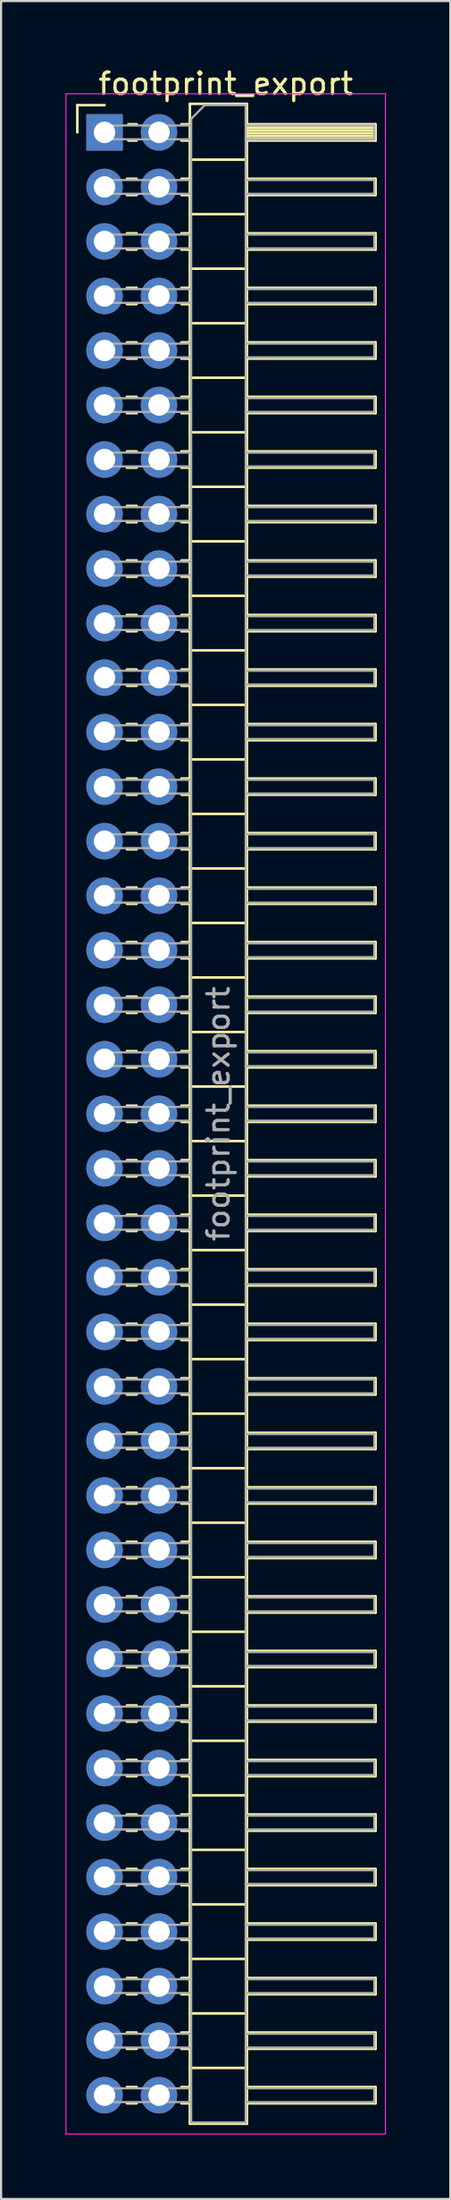
<source format=kicad_pcb>
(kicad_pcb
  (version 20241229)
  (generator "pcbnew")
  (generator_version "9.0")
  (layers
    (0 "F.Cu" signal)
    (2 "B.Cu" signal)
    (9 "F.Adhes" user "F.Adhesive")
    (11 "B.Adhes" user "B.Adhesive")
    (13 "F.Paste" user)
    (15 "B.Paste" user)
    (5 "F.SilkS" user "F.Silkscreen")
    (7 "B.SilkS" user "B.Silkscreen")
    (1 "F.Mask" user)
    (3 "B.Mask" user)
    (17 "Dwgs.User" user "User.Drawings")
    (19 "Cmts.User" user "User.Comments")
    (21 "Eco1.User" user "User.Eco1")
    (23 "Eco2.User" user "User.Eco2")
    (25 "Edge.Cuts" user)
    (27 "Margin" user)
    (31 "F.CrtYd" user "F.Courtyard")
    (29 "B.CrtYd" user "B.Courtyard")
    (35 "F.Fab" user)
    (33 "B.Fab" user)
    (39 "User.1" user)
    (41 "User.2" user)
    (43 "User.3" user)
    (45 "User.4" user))
  (footprint "footprint_export"
    (layer "F.Cu")
    (at 1.825 3.118)
    (property "Reference" "footprint_export" (at 5.655 -2.27 0) (layer "F.SilkS") (effects (font (size 1 1) (thickness 0.15))))
    (attr through_hole)
    (fp_line (start -1.27 -1.27) (end 0 -1.27) (stroke (width 0.12) (type solid)) (layer "F.SilkS"))
    (fp_line (start -1.27 0) (end -1.27 -1.27) (stroke (width 0.12) (type solid)) (layer "F.SilkS"))
    (fp_line (start 1.043 2.16) (end 1.497 2.16) (stroke (width 0.12) (type solid)) (layer "F.SilkS"))
    (fp_line (start 1.043 2.92) (end 1.497 2.92) (stroke (width 0.12) (type solid)) (layer "F.SilkS"))
    (fp_line (start 1.043 4.7) (end 1.497 4.7) (stroke (width 0.12) (type solid)) (layer "F.SilkS"))
    (fp_line (start 1.043 5.46) (end 1.497 5.46) (stroke (width 0.12) (type solid)) (layer "F.SilkS"))
    (fp_line (start 1.043 7.24) (end 1.497 7.24) (stroke (width 0.12) (type solid)) (layer "F.SilkS"))
    (fp_line (start 1.043 8) (end 1.497 8) (stroke (width 0.12) (type solid)) (layer "F.SilkS"))
    (fp_line (start 1.043 9.78) (end 1.497 9.78) (stroke (width 0.12) (type solid)) (layer "F.SilkS"))
    (fp_line (start 1.043 10.54) (end 1.497 10.54) (stroke (width 0.12) (type solid)) (layer "F.SilkS"))
    (fp_line (start 1.043 12.32) (end 1.497 12.32) (stroke (width 0.12) (type solid)) (layer "F.SilkS"))
    (fp_line (start 1.043 13.08) (end 1.497 13.08) (stroke (width 0.12) (type solid)) (layer "F.SilkS"))
    (fp_line (start 1.043 14.86) (end 1.497 14.86) (stroke (width 0.12) (type solid)) (layer "F.SilkS"))
    (fp_line (start 1.043 15.62) (end 1.497 15.62) (stroke (width 0.12) (type solid)) (layer "F.SilkS"))
    (fp_line (start 1.043 17.4) (end 1.497 17.4) (stroke (width 0.12) (type solid)) (layer "F.SilkS"))
    (fp_line (start 1.043 18.16) (end 1.497 18.16) (stroke (width 0.12) (type solid)) (layer "F.SilkS"))
    (fp_line (start 1.043 19.94) (end 1.497 19.94) (stroke (width 0.12) (type solid)) (layer "F.SilkS"))
    (fp_line (start 1.043 20.7) (end 1.497 20.7) (stroke (width 0.12) (type solid)) (layer "F.SilkS"))
    (fp_line (start 1.043 22.48) (end 1.497 22.48) (stroke (width 0.12) (type solid)) (layer "F.SilkS"))
    (fp_line (start 1.043 23.24) (end 1.497 23.24) (stroke (width 0.12) (type solid)) (layer "F.SilkS"))
    (fp_line (start 1.043 25.02) (end 1.497 25.02) (stroke (width 0.12) (type solid)) (layer "F.SilkS"))
    (fp_line (start 1.043 25.78) (end 1.497 25.78) (stroke (width 0.12) (type solid)) (layer "F.SilkS"))
    (fp_line (start 1.043 27.56) (end 1.497 27.56) (stroke (width 0.12) (type solid)) (layer "F.SilkS"))
    (fp_line (start 1.043 28.32) (end 1.497 28.32) (stroke (width 0.12) (type solid)) (layer "F.SilkS"))
    (fp_line (start 1.043 30.1) (end 1.497 30.1) (stroke (width 0.12) (type solid)) (layer "F.SilkS"))
    (fp_line (start 1.043 30.86) (end 1.497 30.86) (stroke (width 0.12) (type solid)) (layer "F.SilkS"))
    (fp_line (start 1.043 32.64) (end 1.497 32.64) (stroke (width 0.12) (type solid)) (layer "F.SilkS"))
    (fp_line (start 1.043 33.4) (end 1.497 33.4) (stroke (width 0.12) (type solid)) (layer "F.SilkS"))
    (fp_line (start 1.043 35.18) (end 1.497 35.18) (stroke (width 0.12) (type solid)) (layer "F.SilkS"))
    (fp_line (start 1.043 35.94) (end 1.497 35.94) (stroke (width 0.12) (type solid)) (layer "F.SilkS"))
    (fp_line (start 1.043 37.72) (end 1.497 37.72) (stroke (width 0.12) (type solid)) (layer "F.SilkS"))
    (fp_line (start 1.043 38.48) (end 1.497 38.48) (stroke (width 0.12) (type solid)) (layer "F.SilkS"))
    (fp_line (start 1.043 40.26) (end 1.497 40.26) (stroke (width 0.12) (type solid)) (layer "F.SilkS"))
    (fp_line (start 1.043 41.02) (end 1.497 41.02) (stroke (width 0.12) (type solid)) (layer "F.SilkS"))
    (fp_line (start 1.043 42.8) (end 1.497 42.8) (stroke (width 0.12) (type solid)) (layer "F.SilkS"))
    (fp_line (start 1.043 43.56) (end 1.497 43.56) (stroke (width 0.12) (type solid)) (layer "F.SilkS"))
    (fp_line (start 1.043 45.34) (end 1.497 45.34) (stroke (width 0.12) (type solid)) (layer "F.SilkS"))
    (fp_line (start 1.043 46.1) (end 1.497 46.1) (stroke (width 0.12) (type solid)) (layer "F.SilkS"))
    (fp_line (start 1.043 47.88) (end 1.497 47.88) (stroke (width 0.12) (type solid)) (layer "F.SilkS"))
    (fp_line (start 1.043 48.64) (end 1.497 48.64) (stroke (width 0.12) (type solid)) (layer "F.SilkS"))
    (fp_line (start 1.043 50.42) (end 1.497 50.42) (stroke (width 0.12) (type solid)) (layer "F.SilkS"))
    (fp_line (start 1.043 51.18) (end 1.497 51.18) (stroke (width 0.12) (type solid)) (layer "F.SilkS"))
    (fp_line (start 1.043 52.96) (end 1.497 52.96) (stroke (width 0.12) (type solid)) (layer "F.SilkS"))
    (fp_line (start 1.043 53.72) (end 1.497 53.72) (stroke (width 0.12) (type solid)) (layer "F.SilkS"))
    (fp_line (start 1.043 55.5) (end 1.497 55.5) (stroke (width 0.12) (type solid)) (layer "F.SilkS"))
    (fp_line (start 1.043 56.26) (end 1.497 56.26) (stroke (width 0.12) (type solid)) (layer "F.SilkS"))
    (fp_line (start 1.043 58.04) (end 1.497 58.04) (stroke (width 0.12) (type solid)) (layer "F.SilkS"))
    (fp_line (start 1.043 58.8) (end 1.497 58.8) (stroke (width 0.12) (type solid)) (layer "F.SilkS"))
    (fp_line (start 1.043 60.58) (end 1.497 60.58) (stroke (width 0.12) (type solid)) (layer "F.SilkS"))
    (fp_line (start 1.043 61.34) (end 1.497 61.34) (stroke (width 0.12) (type solid)) (layer "F.SilkS"))
    (fp_line (start 1.043 63.12) (end 1.497 63.12) (stroke (width 0.12) (type solid)) (layer "F.SilkS"))
    (fp_line (start 1.043 63.88) (end 1.497 63.88) (stroke (width 0.12) (type solid)) (layer "F.SilkS"))
    (fp_line (start 1.043 65.66) (end 1.497 65.66) (stroke (width 0.12) (type solid)) (layer "F.SilkS"))
    (fp_line (start 1.043 66.42) (end 1.497 66.42) (stroke (width 0.12) (type solid)) (layer "F.SilkS"))
    (fp_line (start 1.043 68.2) (end 1.497 68.2) (stroke (width 0.12) (type solid)) (layer "F.SilkS"))
    (fp_line (start 1.043 68.96) (end 1.497 68.96) (stroke (width 0.12) (type solid)) (layer "F.SilkS"))
    (fp_line (start 1.043 70.74) (end 1.497 70.74) (stroke (width 0.12) (type solid)) (layer "F.SilkS"))
    (fp_line (start 1.043 71.5) (end 1.497 71.5) (stroke (width 0.12) (type solid)) (layer "F.SilkS"))
    (fp_line (start 1.043 73.28) (end 1.497 73.28) (stroke (width 0.12) (type solid)) (layer "F.SilkS"))
    (fp_line (start 1.043 74.04) (end 1.497 74.04) (stroke (width 0.12) (type solid)) (layer "F.SilkS"))
    (fp_line (start 1.043 75.82) (end 1.497 75.82) (stroke (width 0.12) (type solid)) (layer "F.SilkS"))
    (fp_line (start 1.043 76.58) (end 1.497 76.58) (stroke (width 0.12) (type solid)) (layer "F.SilkS"))
    (fp_line (start 1.043 78.36) (end 1.497 78.36) (stroke (width 0.12) (type solid)) (layer "F.SilkS"))
    (fp_line (start 1.043 79.12) (end 1.497 79.12) (stroke (width 0.12) (type solid)) (layer "F.SilkS"))
    (fp_line (start 1.043 80.9) (end 1.497 80.9) (stroke (width 0.12) (type solid)) (layer "F.SilkS"))
    (fp_line (start 1.043 81.66) (end 1.497 81.66) (stroke (width 0.12) (type solid)) (layer "F.SilkS"))
    (fp_line (start 1.043 83.44) (end 1.497 83.44) (stroke (width 0.12) (type solid)) (layer "F.SilkS"))
    (fp_line (start 1.043 84.2) (end 1.497 84.2) (stroke (width 0.12) (type solid)) (layer "F.SilkS"))
    (fp_line (start 1.043 85.98) (end 1.497 85.98) (stroke (width 0.12) (type solid)) (layer "F.SilkS"))
    (fp_line (start 1.043 86.74) (end 1.497 86.74) (stroke (width 0.12) (type solid)) (layer "F.SilkS"))
    (fp_line (start 1.043 88.52) (end 1.497 88.52) (stroke (width 0.12) (type solid)) (layer "F.SilkS"))
    (fp_line (start 1.043 89.28) (end 1.497 89.28) (stroke (width 0.12) (type solid)) (layer "F.SilkS"))
    (fp_line (start 1.043 91.06) (end 1.497 91.06) (stroke (width 0.12) (type solid)) (layer "F.SilkS"))
    (fp_line (start 1.043 91.82) (end 1.497 91.82) (stroke (width 0.12) (type solid)) (layer "F.SilkS"))
    (fp_line (start 1.11 -0.38) (end 1.497 -0.38) (stroke (width 0.12) (type solid)) (layer "F.SilkS"))
    (fp_line (start 1.11 0.38) (end 1.497 0.38) (stroke (width 0.12) (type solid)) (layer "F.SilkS"))
    (fp_line (start 3.583 -0.38) (end 3.98 -0.38) (stroke (width 0.12) (type solid)) (layer "F.SilkS"))
    (fp_line (start 3.583 0.38) (end 3.98 0.38) (stroke (width 0.12) (type solid)) (layer "F.SilkS"))
    (fp_line (start 3.583 2.16) (end 3.98 2.16) (stroke (width 0.12) (type solid)) (layer "F.SilkS"))
    (fp_line (start 3.583 2.92) (end 3.98 2.92) (stroke (width 0.12) (type solid)) (layer "F.SilkS"))
    (fp_line (start 3.583 4.7) (end 3.98 4.7) (stroke (width 0.12) (type solid)) (layer "F.SilkS"))
    (fp_line (start 3.583 5.46) (end 3.98 5.46) (stroke (width 0.12) (type solid)) (layer "F.SilkS"))
    (fp_line (start 3.583 7.24) (end 3.98 7.24) (stroke (width 0.12) (type solid)) (layer "F.SilkS"))
    (fp_line (start 3.583 8) (end 3.98 8) (stroke (width 0.12) (type solid)) (layer "F.SilkS"))
    (fp_line (start 3.583 9.78) (end 3.98 9.78) (stroke (width 0.12) (type solid)) (layer "F.SilkS"))
    (fp_line (start 3.583 10.54) (end 3.98 10.54) (stroke (width 0.12) (type solid)) (layer "F.SilkS"))
    (fp_line (start 3.583 12.32) (end 3.98 12.32) (stroke (width 0.12) (type solid)) (layer "F.SilkS"))
    (fp_line (start 3.583 13.08) (end 3.98 13.08) (stroke (width 0.12) (type solid)) (layer "F.SilkS"))
    (fp_line (start 3.583 14.86) (end 3.98 14.86) (stroke (width 0.12) (type solid)) (layer "F.SilkS"))
    (fp_line (start 3.583 15.62) (end 3.98 15.62) (stroke (width 0.12) (type solid)) (layer "F.SilkS"))
    (fp_line (start 3.583 17.4) (end 3.98 17.4) (stroke (width 0.12) (type solid)) (layer "F.SilkS"))
    (fp_line (start 3.583 18.16) (end 3.98 18.16) (stroke (width 0.12) (type solid)) (layer "F.SilkS"))
    (fp_line (start 3.583 19.94) (end 3.98 19.94) (stroke (width 0.12) (type solid)) (layer "F.SilkS"))
    (fp_line (start 3.583 20.7) (end 3.98 20.7) (stroke (width 0.12) (type solid)) (layer "F.SilkS"))
    (fp_line (start 3.583 22.48) (end 3.98 22.48) (stroke (width 0.12) (type solid)) (layer "F.SilkS"))
    (fp_line (start 3.583 23.24) (end 3.98 23.24) (stroke (width 0.12) (type solid)) (layer "F.SilkS"))
    (fp_line (start 3.583 25.02) (end 3.98 25.02) (stroke (width 0.12) (type solid)) (layer "F.SilkS"))
    (fp_line (start 3.583 25.78) (end 3.98 25.78) (stroke (width 0.12) (type solid)) (layer "F.SilkS"))
    (fp_line (start 3.583 27.56) (end 3.98 27.56) (stroke (width 0.12) (type solid)) (layer "F.SilkS"))
    (fp_line (start 3.583 28.32) (end 3.98 28.32) (stroke (width 0.12) (type solid)) (layer "F.SilkS"))
    (fp_line (start 3.583 30.1) (end 3.98 30.1) (stroke (width 0.12) (type solid)) (layer "F.SilkS"))
    (fp_line (start 3.583 30.86) (end 3.98 30.86) (stroke (width 0.12) (type solid)) (layer "F.SilkS"))
    (fp_line (start 3.583 32.64) (end 3.98 32.64) (stroke (width 0.12) (type solid)) (layer "F.SilkS"))
    (fp_line (start 3.583 33.4) (end 3.98 33.4) (stroke (width 0.12) (type solid)) (layer "F.SilkS"))
    (fp_line (start 3.583 35.18) (end 3.98 35.18) (stroke (width 0.12) (type solid)) (layer "F.SilkS"))
    (fp_line (start 3.583 35.94) (end 3.98 35.94) (stroke (width 0.12) (type solid)) (layer "F.SilkS"))
    (fp_line (start 3.583 37.72) (end 3.98 37.72) (stroke (width 0.12) (type solid)) (layer "F.SilkS"))
    (fp_line (start 3.583 38.48) (end 3.98 38.48) (stroke (width 0.12) (type solid)) (layer "F.SilkS"))
    (fp_line (start 3.583 40.26) (end 3.98 40.26) (stroke (width 0.12) (type solid)) (layer "F.SilkS"))
    (fp_line (start 3.583 41.02) (end 3.98 41.02) (stroke (width 0.12) (type solid)) (layer "F.SilkS"))
    (fp_line (start 3.583 42.8) (end 3.98 42.8) (stroke (width 0.12) (type solid)) (layer "F.SilkS"))
    (fp_line (start 3.583 43.56) (end 3.98 43.56) (stroke (width 0.12) (type solid)) (layer "F.SilkS"))
    (fp_line (start 3.583 45.34) (end 3.98 45.34) (stroke (width 0.12) (type solid)) (layer "F.SilkS"))
    (fp_line (start 3.583 46.1) (end 3.98 46.1) (stroke (width 0.12) (type solid)) (layer "F.SilkS"))
    (fp_line (start 3.583 47.88) (end 3.98 47.88) (stroke (width 0.12) (type solid)) (layer "F.SilkS"))
    (fp_line (start 3.583 48.64) (end 3.98 48.64) (stroke (width 0.12) (type solid)) (layer "F.SilkS"))
    (fp_line (start 3.583 50.42) (end 3.98 50.42) (stroke (width 0.12) (type solid)) (layer "F.SilkS"))
    (fp_line (start 3.583 51.18) (end 3.98 51.18) (stroke (width 0.12) (type solid)) (layer "F.SilkS"))
    (fp_line (start 3.583 52.96) (end 3.98 52.96) (stroke (width 0.12) (type solid)) (layer "F.SilkS"))
    (fp_line (start 3.583 53.72) (end 3.98 53.72) (stroke (width 0.12) (type solid)) (layer "F.SilkS"))
    (fp_line (start 3.583 55.5) (end 3.98 55.5) (stroke (width 0.12) (type solid)) (layer "F.SilkS"))
    (fp_line (start 3.583 56.26) (end 3.98 56.26) (stroke (width 0.12) (type solid)) (layer "F.SilkS"))
    (fp_line (start 3.583 58.04) (end 3.98 58.04) (stroke (width 0.12) (type solid)) (layer "F.SilkS"))
    (fp_line (start 3.583 58.8) (end 3.98 58.8) (stroke (width 0.12) (type solid)) (layer "F.SilkS"))
    (fp_line (start 3.583 60.58) (end 3.98 60.58) (stroke (width 0.12) (type solid)) (layer "F.SilkS"))
    (fp_line (start 3.583 61.34) (end 3.98 61.34) (stroke (width 0.12) (type solid)) (layer "F.SilkS"))
    (fp_line (start 3.583 63.12) (end 3.98 63.12) (stroke (width 0.12) (type solid)) (layer "F.SilkS"))
    (fp_line (start 3.583 63.88) (end 3.98 63.88) (stroke (width 0.12) (type solid)) (layer "F.SilkS"))
    (fp_line (start 3.583 65.66) (end 3.98 65.66) (stroke (width 0.12) (type solid)) (layer "F.SilkS"))
    (fp_line (start 3.583 66.42) (end 3.98 66.42) (stroke (width 0.12) (type solid)) (layer "F.SilkS"))
    (fp_line (start 3.583 68.2) (end 3.98 68.2) (stroke (width 0.12) (type solid)) (layer "F.SilkS"))
    (fp_line (start 3.583 68.96) (end 3.98 68.96) (stroke (width 0.12) (type solid)) (layer "F.SilkS"))
    (fp_line (start 3.583 70.74) (end 3.98 70.74) (stroke (width 0.12) (type solid)) (layer "F.SilkS"))
    (fp_line (start 3.583 71.5) (end 3.98 71.5) (stroke (width 0.12) (type solid)) (layer "F.SilkS"))
    (fp_line (start 3.583 73.28) (end 3.98 73.28) (stroke (width 0.12) (type solid)) (layer "F.SilkS"))
    (fp_line (start 3.583 74.04) (end 3.98 74.04) (stroke (width 0.12) (type solid)) (layer "F.SilkS"))
    (fp_line (start 3.583 75.82) (end 3.98 75.82) (stroke (width 0.12) (type solid)) (layer "F.SilkS"))
    (fp_line (start 3.583 76.58) (end 3.98 76.58) (stroke (width 0.12) (type solid)) (layer "F.SilkS"))
    (fp_line (start 3.583 78.36) (end 3.98 78.36) (stroke (width 0.12) (type solid)) (layer "F.SilkS"))
    (fp_line (start 3.583 79.12) (end 3.98 79.12) (stroke (width 0.12) (type solid)) (layer "F.SilkS"))
    (fp_line (start 3.583 80.9) (end 3.98 80.9) (stroke (width 0.12) (type solid)) (layer "F.SilkS"))
    (fp_line (start 3.583 81.66) (end 3.98 81.66) (stroke (width 0.12) (type solid)) (layer "F.SilkS"))
    (fp_line (start 3.583 83.44) (end 3.98 83.44) (stroke (width 0.12) (type solid)) (layer "F.SilkS"))
    (fp_line (start 3.583 84.2) (end 3.98 84.2) (stroke (width 0.12) (type solid)) (layer "F.SilkS"))
    (fp_line (start 3.583 85.98) (end 3.98 85.98) (stroke (width 0.12) (type solid)) (layer "F.SilkS"))
    (fp_line (start 3.583 86.74) (end 3.98 86.74) (stroke (width 0.12) (type solid)) (layer "F.SilkS"))
    (fp_line (start 3.583 88.52) (end 3.98 88.52) (stroke (width 0.12) (type solid)) (layer "F.SilkS"))
    (fp_line (start 3.583 89.28) (end 3.98 89.28) (stroke (width 0.12) (type solid)) (layer "F.SilkS"))
    (fp_line (start 3.583 91.06) (end 3.98 91.06) (stroke (width 0.12) (type solid)) (layer "F.SilkS"))
    (fp_line (start 3.583 91.82) (end 3.98 91.82) (stroke (width 0.12) (type solid)) (layer "F.SilkS"))
    (fp_line (start 3.98 -1.33) (end 3.98 92.77) (stroke (width 0.12) (type solid)) (layer "F.SilkS"))
    (fp_line (start 3.98 1.27) (end 6.64 1.27) (stroke (width 0.12) (type solid)) (layer "F.SilkS"))
    (fp_line (start 3.98 3.81) (end 6.64 3.81) (stroke (width 0.12) (type solid)) (layer "F.SilkS"))
    (fp_line (start 3.98 6.35) (end 6.64 6.35) (stroke (width 0.12) (type solid)) (layer "F.SilkS"))
    (fp_line (start 3.98 8.89) (end 6.64 8.89) (stroke (width 0.12) (type solid)) (layer "F.SilkS"))
    (fp_line (start 3.98 11.43) (end 6.64 11.43) (stroke (width 0.12) (type solid)) (layer "F.SilkS"))
    (fp_line (start 3.98 13.97) (end 6.64 13.97) (stroke (width 0.12) (type solid)) (layer "F.SilkS"))
    (fp_line (start 3.98 16.51) (end 6.64 16.51) (stroke (width 0.12) (type solid)) (layer "F.SilkS"))
    (fp_line (start 3.98 19.05) (end 6.64 19.05) (stroke (width 0.12) (type solid)) (layer "F.SilkS"))
    (fp_line (start 3.98 21.59) (end 6.64 21.59) (stroke (width 0.12) (type solid)) (layer "F.SilkS"))
    (fp_line (start 3.98 24.13) (end 6.64 24.13) (stroke (width 0.12) (type solid)) (layer "F.SilkS"))
    (fp_line (start 3.98 26.67) (end 6.64 26.67) (stroke (width 0.12) (type solid)) (layer "F.SilkS"))
    (fp_line (start 3.98 29.21) (end 6.64 29.21) (stroke (width 0.12) (type solid)) (layer "F.SilkS"))
    (fp_line (start 3.98 31.75) (end 6.64 31.75) (stroke (width 0.12) (type solid)) (layer "F.SilkS"))
    (fp_line (start 3.98 34.29) (end 6.64 34.29) (stroke (width 0.12) (type solid)) (layer "F.SilkS"))
    (fp_line (start 3.98 36.83) (end 6.64 36.83) (stroke (width 0.12) (type solid)) (layer "F.SilkS"))
    (fp_line (start 3.98 39.37) (end 6.64 39.37) (stroke (width 0.12) (type solid)) (layer "F.SilkS"))
    (fp_line (start 3.98 41.91) (end 6.64 41.91) (stroke (width 0.12) (type solid)) (layer "F.SilkS"))
    (fp_line (start 3.98 44.45) (end 6.64 44.45) (stroke (width 0.12) (type solid)) (layer "F.SilkS"))
    (fp_line (start 3.98 46.99) (end 6.64 46.99) (stroke (width 0.12) (type solid)) (layer "F.SilkS"))
    (fp_line (start 3.98 49.53) (end 6.64 49.53) (stroke (width 0.12) (type solid)) (layer "F.SilkS"))
    (fp_line (start 3.98 52.07) (end 6.64 52.07) (stroke (width 0.12) (type solid)) (layer "F.SilkS"))
    (fp_line (start 3.98 54.61) (end 6.64 54.61) (stroke (width 0.12) (type solid)) (layer "F.SilkS"))
    (fp_line (start 3.98 57.15) (end 6.64 57.15) (stroke (width 0.12) (type solid)) (layer "F.SilkS"))
    (fp_line (start 3.98 59.69) (end 6.64 59.69) (stroke (width 0.12) (type solid)) (layer "F.SilkS"))
    (fp_line (start 3.98 62.23) (end 6.64 62.23) (stroke (width 0.12) (type solid)) (layer "F.SilkS"))
    (fp_line (start 3.98 64.77) (end 6.64 64.77) (stroke (width 0.12) (type solid)) (layer "F.SilkS"))
    (fp_line (start 3.98 67.31) (end 6.64 67.31) (stroke (width 0.12) (type solid)) (layer "F.SilkS"))
    (fp_line (start 3.98 69.85) (end 6.64 69.85) (stroke (width 0.12) (type solid)) (layer "F.SilkS"))
    (fp_line (start 3.98 72.39) (end 6.64 72.39) (stroke (width 0.12) (type solid)) (layer "F.SilkS"))
    (fp_line (start 3.98 74.93) (end 6.64 74.93) (stroke (width 0.12) (type solid)) (layer "F.SilkS"))
    (fp_line (start 3.98 77.47) (end 6.64 77.47) (stroke (width 0.12) (type solid)) (layer "F.SilkS"))
    (fp_line (start 3.98 80.01) (end 6.64 80.01) (stroke (width 0.12) (type solid)) (layer "F.SilkS"))
    (fp_line (start 3.98 82.55) (end 6.64 82.55) (stroke (width 0.12) (type solid)) (layer "F.SilkS"))
    (fp_line (start 3.98 85.09) (end 6.64 85.09) (stroke (width 0.12) (type solid)) (layer "F.SilkS"))
    (fp_line (start 3.98 87.63) (end 6.64 87.63) (stroke (width 0.12) (type solid)) (layer "F.SilkS"))
    (fp_line (start 3.98 90.17) (end 6.64 90.17) (stroke (width 0.12) (type solid)) (layer "F.SilkS"))
    (fp_line (start 3.98 92.77) (end 6.64 92.77) (stroke (width 0.12) (type solid)) (layer "F.SilkS"))
    (fp_line (start 6.64 -1.33) (end 3.98 -1.33) (stroke (width 0.12) (type solid)) (layer "F.SilkS"))
    (fp_line (start 6.64 -0.38) (end 12.64 -0.38) (stroke (width 0.12) (type solid)) (layer "F.SilkS"))
    (fp_line (start 6.64 -0.32) (end 12.64 -0.32) (stroke (width 0.12) (type solid)) (layer "F.SilkS"))
    (fp_line (start 6.64 -0.2) (end 12.64 -0.2) (stroke (width 0.12) (type solid)) (layer "F.SilkS"))
    (fp_line (start 6.64 -0.08) (end 12.64 -0.08) (stroke (width 0.12) (type solid)) (layer "F.SilkS"))
    (fp_line (start 6.64 0.04) (end 12.64 0.04) (stroke (width 0.12) (type solid)) (layer "F.SilkS"))
    (fp_line (start 6.64 0.16) (end 12.64 0.16) (stroke (width 0.12) (type solid)) (layer "F.SilkS"))
    (fp_line (start 6.64 0.28) (end 12.64 0.28) (stroke (width 0.12) (type solid)) (layer "F.SilkS"))
    (fp_line (start 6.64 2.16) (end 12.64 2.16) (stroke (width 0.12) (type solid)) (layer "F.SilkS"))
    (fp_line (start 6.64 4.7) (end 12.64 4.7) (stroke (width 0.12) (type solid)) (layer "F.SilkS"))
    (fp_line (start 6.64 7.24) (end 12.64 7.24) (stroke (width 0.12) (type solid)) (layer "F.SilkS"))
    (fp_line (start 6.64 9.78) (end 12.64 9.78) (stroke (width 0.12) (type solid)) (layer "F.SilkS"))
    (fp_line (start 6.64 12.32) (end 12.64 12.32) (stroke (width 0.12) (type solid)) (layer "F.SilkS"))
    (fp_line (start 6.64 14.86) (end 12.64 14.86) (stroke (width 0.12) (type solid)) (layer "F.SilkS"))
    (fp_line (start 6.64 17.4) (end 12.64 17.4) (stroke (width 0.12) (type solid)) (layer "F.SilkS"))
    (fp_line (start 6.64 19.94) (end 12.64 19.94) (stroke (width 0.12) (type solid)) (layer "F.SilkS"))
    (fp_line (start 6.64 22.48) (end 12.64 22.48) (stroke (width 0.12) (type solid)) (layer "F.SilkS"))
    (fp_line (start 6.64 25.02) (end 12.64 25.02) (stroke (width 0.12) (type solid)) (layer "F.SilkS"))
    (fp_line (start 6.64 27.56) (end 12.64 27.56) (stroke (width 0.12) (type solid)) (layer "F.SilkS"))
    (fp_line (start 6.64 30.1) (end 12.64 30.1) (stroke (width 0.12) (type solid)) (layer "F.SilkS"))
    (fp_line (start 6.64 32.64) (end 12.64 32.64) (stroke (width 0.12) (type solid)) (layer "F.SilkS"))
    (fp_line (start 6.64 35.18) (end 12.64 35.18) (stroke (width 0.12) (type solid)) (layer "F.SilkS"))
    (fp_line (start 6.64 37.72) (end 12.64 37.72) (stroke (width 0.12) (type solid)) (layer "F.SilkS"))
    (fp_line (start 6.64 40.26) (end 12.64 40.26) (stroke (width 0.12) (type solid)) (layer "F.SilkS"))
    (fp_line (start 6.64 42.8) (end 12.64 42.8) (stroke (width 0.12) (type solid)) (layer "F.SilkS"))
    (fp_line (start 6.64 45.34) (end 12.64 45.34) (stroke (width 0.12) (type solid)) (layer "F.SilkS"))
    (fp_line (start 6.64 47.88) (end 12.64 47.88) (stroke (width 0.12) (type solid)) (layer "F.SilkS"))
    (fp_line (start 6.64 50.42) (end 12.64 50.42) (stroke (width 0.12) (type solid)) (layer "F.SilkS"))
    (fp_line (start 6.64 52.96) (end 12.64 52.96) (stroke (width 0.12) (type solid)) (layer "F.SilkS"))
    (fp_line (start 6.64 55.5) (end 12.64 55.5) (stroke (width 0.12) (type solid)) (layer "F.SilkS"))
    (fp_line (start 6.64 58.04) (end 12.64 58.04) (stroke (width 0.12) (type solid)) (layer "F.SilkS"))
    (fp_line (start 6.64 60.58) (end 12.64 60.58) (stroke (width 0.12) (type solid)) (layer "F.SilkS"))
    (fp_line (start 6.64 63.12) (end 12.64 63.12) (stroke (width 0.12) (type solid)) (layer "F.SilkS"))
    (fp_line (start 6.64 65.66) (end 12.64 65.66) (stroke (width 0.12) (type solid)) (layer "F.SilkS"))
    (fp_line (start 6.64 68.2) (end 12.64 68.2) (stroke (width 0.12) (type solid)) (layer "F.SilkS"))
    (fp_line (start 6.64 70.74) (end 12.64 70.74) (stroke (width 0.12) (type solid)) (layer "F.SilkS"))
    (fp_line (start 6.64 73.28) (end 12.64 73.28) (stroke (width 0.12) (type solid)) (layer "F.SilkS"))
    (fp_line (start 6.64 75.82) (end 12.64 75.82) (stroke (width 0.12) (type solid)) (layer "F.SilkS"))
    (fp_line (start 6.64 78.36) (end 12.64 78.36) (stroke (width 0.12) (type solid)) (layer "F.SilkS"))
    (fp_line (start 6.64 80.9) (end 12.64 80.9) (stroke (width 0.12) (type solid)) (layer "F.SilkS"))
    (fp_line (start 6.64 83.44) (end 12.64 83.44) (stroke (width 0.12) (type solid)) (layer "F.SilkS"))
    (fp_line (start 6.64 85.98) (end 12.64 85.98) (stroke (width 0.12) (type solid)) (layer "F.SilkS"))
    (fp_line (start 6.64 88.52) (end 12.64 88.52) (stroke (width 0.12) (type solid)) (layer "F.SilkS"))
    (fp_line (start 6.64 91.06) (end 12.64 91.06) (stroke (width 0.12) (type solid)) (layer "F.SilkS"))
    (fp_line (start 6.64 92.77) (end 6.64 -1.33) (stroke (width 0.12) (type solid)) (layer "F.SilkS"))
    (fp_line (start 12.64 -0.38) (end 12.64 0.38) (stroke (width 0.12) (type solid)) (layer "F.SilkS"))
    (fp_line (start 12.64 0.38) (end 6.64 0.38) (stroke (width 0.12) (type solid)) (layer "F.SilkS"))
    (fp_line (start 12.64 2.16) (end 12.64 2.92) (stroke (width 0.12) (type solid)) (layer "F.SilkS"))
    (fp_line (start 12.64 2.92) (end 6.64 2.92) (stroke (width 0.12) (type solid)) (layer "F.SilkS"))
    (fp_line (start 12.64 4.7) (end 12.64 5.46) (stroke (width 0.12) (type solid)) (layer "F.SilkS"))
    (fp_line (start 12.64 5.46) (end 6.64 5.46) (stroke (width 0.12) (type solid)) (layer "F.SilkS"))
    (fp_line (start 12.64 7.24) (end 12.64 8) (stroke (width 0.12) (type solid)) (layer "F.SilkS"))
    (fp_line (start 12.64 8) (end 6.64 8) (stroke (width 0.12) (type solid)) (layer "F.SilkS"))
    (fp_line (start 12.64 9.78) (end 12.64 10.54) (stroke (width 0.12) (type solid)) (layer "F.SilkS"))
    (fp_line (start 12.64 10.54) (end 6.64 10.54) (stroke (width 0.12) (type solid)) (layer "F.SilkS"))
    (fp_line (start 12.64 12.32) (end 12.64 13.08) (stroke (width 0.12) (type solid)) (layer "F.SilkS"))
    (fp_line (start 12.64 13.08) (end 6.64 13.08) (stroke (width 0.12) (type solid)) (layer "F.SilkS"))
    (fp_line (start 12.64 14.86) (end 12.64 15.62) (stroke (width 0.12) (type solid)) (layer "F.SilkS"))
    (fp_line (start 12.64 15.62) (end 6.64 15.62) (stroke (width 0.12) (type solid)) (layer "F.SilkS"))
    (fp_line (start 12.64 17.4) (end 12.64 18.16) (stroke (width 0.12) (type solid)) (layer "F.SilkS"))
    (fp_line (start 12.64 18.16) (end 6.64 18.16) (stroke (width 0.12) (type solid)) (layer "F.SilkS"))
    (fp_line (start 12.64 19.94) (end 12.64 20.7) (stroke (width 0.12) (type solid)) (layer "F.SilkS"))
    (fp_line (start 12.64 20.7) (end 6.64 20.7) (stroke (width 0.12) (type solid)) (layer "F.SilkS"))
    (fp_line (start 12.64 22.48) (end 12.64 23.24) (stroke (width 0.12) (type solid)) (layer "F.SilkS"))
    (fp_line (start 12.64 23.24) (end 6.64 23.24) (stroke (width 0.12) (type solid)) (layer "F.SilkS"))
    (fp_line (start 12.64 25.02) (end 12.64 25.78) (stroke (width 0.12) (type solid)) (layer "F.SilkS"))
    (fp_line (start 12.64 25.78) (end 6.64 25.78) (stroke (width 0.12) (type solid)) (layer "F.SilkS"))
    (fp_line (start 12.64 27.56) (end 12.64 28.32) (stroke (width 0.12) (type solid)) (layer "F.SilkS"))
    (fp_line (start 12.64 28.32) (end 6.64 28.32) (stroke (width 0.12) (type solid)) (layer "F.SilkS"))
    (fp_line (start 12.64 30.1) (end 12.64 30.86) (stroke (width 0.12) (type solid)) (layer "F.SilkS"))
    (fp_line (start 12.64 30.86) (end 6.64 30.86) (stroke (width 0.12) (type solid)) (layer "F.SilkS"))
    (fp_line (start 12.64 32.64) (end 12.64 33.4) (stroke (width 0.12) (type solid)) (layer "F.SilkS"))
    (fp_line (start 12.64 33.4) (end 6.64 33.4) (stroke (width 0.12) (type solid)) (layer "F.SilkS"))
    (fp_line (start 12.64 35.18) (end 12.64 35.94) (stroke (width 0.12) (type solid)) (layer "F.SilkS"))
    (fp_line (start 12.64 35.94) (end 6.64 35.94) (stroke (width 0.12) (type solid)) (layer "F.SilkS"))
    (fp_line (start 12.64 37.72) (end 12.64 38.48) (stroke (width 0.12) (type solid)) (layer "F.SilkS"))
    (fp_line (start 12.64 38.48) (end 6.64 38.48) (stroke (width 0.12) (type solid)) (layer "F.SilkS"))
    (fp_line (start 12.64 40.26) (end 12.64 41.02) (stroke (width 0.12) (type solid)) (layer "F.SilkS"))
    (fp_line (start 12.64 41.02) (end 6.64 41.02) (stroke (width 0.12) (type solid)) (layer "F.SilkS"))
    (fp_line (start 12.64 42.8) (end 12.64 43.56) (stroke (width 0.12) (type solid)) (layer "F.SilkS"))
    (fp_line (start 12.64 43.56) (end 6.64 43.56) (stroke (width 0.12) (type solid)) (layer "F.SilkS"))
    (fp_line (start 12.64 45.34) (end 12.64 46.1) (stroke (width 0.12) (type solid)) (layer "F.SilkS"))
    (fp_line (start 12.64 46.1) (end 6.64 46.1) (stroke (width 0.12) (type solid)) (layer "F.SilkS"))
    (fp_line (start 12.64 47.88) (end 12.64 48.64) (stroke (width 0.12) (type solid)) (layer "F.SilkS"))
    (fp_line (start 12.64 48.64) (end 6.64 48.64) (stroke (width 0.12) (type solid)) (layer "F.SilkS"))
    (fp_line (start 12.64 50.42) (end 12.64 51.18) (stroke (width 0.12) (type solid)) (layer "F.SilkS"))
    (fp_line (start 12.64 51.18) (end 6.64 51.18) (stroke (width 0.12) (type solid)) (layer "F.SilkS"))
    (fp_line (start 12.64 52.96) (end 12.64 53.72) (stroke (width 0.12) (type solid)) (layer "F.SilkS"))
    (fp_line (start 12.64 53.72) (end 6.64 53.72) (stroke (width 0.12) (type solid)) (layer "F.SilkS"))
    (fp_line (start 12.64 55.5) (end 12.64 56.26) (stroke (width 0.12) (type solid)) (layer "F.SilkS"))
    (fp_line (start 12.64 56.26) (end 6.64 56.26) (stroke (width 0.12) (type solid)) (layer "F.SilkS"))
    (fp_line (start 12.64 58.04) (end 12.64 58.8) (stroke (width 0.12) (type solid)) (layer "F.SilkS"))
    (fp_line (start 12.64 58.8) (end 6.64 58.8) (stroke (width 0.12) (type solid)) (layer "F.SilkS"))
    (fp_line (start 12.64 60.58) (end 12.64 61.34) (stroke (width 0.12) (type solid)) (layer "F.SilkS"))
    (fp_line (start 12.64 61.34) (end 6.64 61.34) (stroke (width 0.12) (type solid)) (layer "F.SilkS"))
    (fp_line (start 12.64 63.12) (end 12.64 63.88) (stroke (width 0.12) (type solid)) (layer "F.SilkS"))
    (fp_line (start 12.64 63.88) (end 6.64 63.88) (stroke (width 0.12) (type solid)) (layer "F.SilkS"))
    (fp_line (start 12.64 65.66) (end 12.64 66.42) (stroke (width 0.12) (type solid)) (layer "F.SilkS"))
    (fp_line (start 12.64 66.42) (end 6.64 66.42) (stroke (width 0.12) (type solid)) (layer "F.SilkS"))
    (fp_line (start 12.64 68.2) (end 12.64 68.96) (stroke (width 0.12) (type solid)) (layer "F.SilkS"))
    (fp_line (start 12.64 68.96) (end 6.64 68.96) (stroke (width 0.12) (type solid)) (layer "F.SilkS"))
    (fp_line (start 12.64 70.74) (end 12.64 71.5) (stroke (width 0.12) (type solid)) (layer "F.SilkS"))
    (fp_line (start 12.64 71.5) (end 6.64 71.5) (stroke (width 0.12) (type solid)) (layer "F.SilkS"))
    (fp_line (start 12.64 73.28) (end 12.64 74.04) (stroke (width 0.12) (type solid)) (layer "F.SilkS"))
    (fp_line (start 12.64 74.04) (end 6.64 74.04) (stroke (width 0.12) (type solid)) (layer "F.SilkS"))
    (fp_line (start 12.64 75.82) (end 12.64 76.58) (stroke (width 0.12) (type solid)) (layer "F.SilkS"))
    (fp_line (start 12.64 76.58) (end 6.64 76.58) (stroke (width 0.12) (type solid)) (layer "F.SilkS"))
    (fp_line (start 12.64 78.36) (end 12.64 79.12) (stroke (width 0.12) (type solid)) (layer "F.SilkS"))
    (fp_line (start 12.64 79.12) (end 6.64 79.12) (stroke (width 0.12) (type solid)) (layer "F.SilkS"))
    (fp_line (start 12.64 80.9) (end 12.64 81.66) (stroke (width 0.12) (type solid)) (layer "F.SilkS"))
    (fp_line (start 12.64 81.66) (end 6.64 81.66) (stroke (width 0.12) (type solid)) (layer "F.SilkS"))
    (fp_line (start 12.64 83.44) (end 12.64 84.2) (stroke (width 0.12) (type solid)) (layer "F.SilkS"))
    (fp_line (start 12.64 84.2) (end 6.64 84.2) (stroke (width 0.12) (type solid)) (layer "F.SilkS"))
    (fp_line (start 12.64 85.98) (end 12.64 86.74) (stroke (width 0.12) (type solid)) (layer "F.SilkS"))
    (fp_line (start 12.64 86.74) (end 6.64 86.74) (stroke (width 0.12) (type solid)) (layer "F.SilkS"))
    (fp_line (start 12.64 88.52) (end 12.64 89.28) (stroke (width 0.12) (type solid)) (layer "F.SilkS"))
    (fp_line (start 12.64 89.28) (end 6.64 89.28) (stroke (width 0.12) (type solid)) (layer "F.SilkS"))
    (fp_line (start 12.64 91.06) (end 12.64 91.82) (stroke (width 0.12) (type solid)) (layer "F.SilkS"))
    (fp_line (start 12.64 91.82) (end 6.64 91.82) (stroke (width 0.12) (type solid)) (layer "F.SilkS"))
    (fp_line (start -1.8 -1.8) (end -1.8 93.25) (stroke (width 0.05) (type solid)) (layer "F.CrtYd"))
    (fp_line (start -1.8 93.25) (end 13.1 93.25) (stroke (width 0.05) (type solid)) (layer "F.CrtYd"))
    (fp_line (start 13.1 -1.8) (end -1.8 -1.8) (stroke (width 0.05) (type solid)) (layer "F.CrtYd"))
    (fp_line (start 13.1 93.25) (end 13.1 -1.8) (stroke (width 0.05) (type solid)) (layer "F.CrtYd"))
    (fp_line (start -0.32 -0.32) (end -0.32 0.32) (stroke (width 0.1) (type solid)) (layer "F.Fab"))
    (fp_line (start -0.32 -0.32) (end 4.04 -0.32) (stroke (width 0.1) (type solid)) (layer "F.Fab"))
    (fp_line (start -0.32 0.32) (end 4.04 0.32) (stroke (width 0.1) (type solid)) (layer "F.Fab"))
    (fp_line (start -0.32 2.22) (end -0.32 2.86) (stroke (width 0.1) (type solid)) (layer "F.Fab"))
    (fp_line (start -0.32 2.22) (end 4.04 2.22) (stroke (width 0.1) (type solid)) (layer "F.Fab"))
    (fp_line (start -0.32 2.86) (end 4.04 2.86) (stroke (width 0.1) (type solid)) (layer "F.Fab"))
    (fp_line (start -0.32 4.76) (end -0.32 5.4) (stroke (width 0.1) (type solid)) (layer "F.Fab"))
    (fp_line (start -0.32 4.76) (end 4.04 4.76) (stroke (width 0.1) (type solid)) (layer "F.Fab"))
    (fp_line (start -0.32 5.4) (end 4.04 5.4) (stroke (width 0.1) (type solid)) (layer "F.Fab"))
    (fp_line (start -0.32 7.3) (end -0.32 7.94) (stroke (width 0.1) (type solid)) (layer "F.Fab"))
    (fp_line (start -0.32 7.3) (end 4.04 7.3) (stroke (width 0.1) (type solid)) (layer "F.Fab"))
    (fp_line (start -0.32 7.94) (end 4.04 7.94) (stroke (width 0.1) (type solid)) (layer "F.Fab"))
    (fp_line (start -0.32 9.84) (end -0.32 10.48) (stroke (width 0.1) (type solid)) (layer "F.Fab"))
    (fp_line (start -0.32 9.84) (end 4.04 9.84) (stroke (width 0.1) (type solid)) (layer "F.Fab"))
    (fp_line (start -0.32 10.48) (end 4.04 10.48) (stroke (width 0.1) (type solid)) (layer "F.Fab"))
    (fp_line (start -0.32 12.38) (end -0.32 13.02) (stroke (width 0.1) (type solid)) (layer "F.Fab"))
    (fp_line (start -0.32 12.38) (end 4.04 12.38) (stroke (width 0.1) (type solid)) (layer "F.Fab"))
    (fp_line (start -0.32 13.02) (end 4.04 13.02) (stroke (width 0.1) (type solid)) (layer "F.Fab"))
    (fp_line (start -0.32 14.92) (end -0.32 15.56) (stroke (width 0.1) (type solid)) (layer "F.Fab"))
    (fp_line (start -0.32 14.92) (end 4.04 14.92) (stroke (width 0.1) (type solid)) (layer "F.Fab"))
    (fp_line (start -0.32 15.56) (end 4.04 15.56) (stroke (width 0.1) (type solid)) (layer "F.Fab"))
    (fp_line (start -0.32 17.46) (end -0.32 18.1) (stroke (width 0.1) (type solid)) (layer "F.Fab"))
    (fp_line (start -0.32 17.46) (end 4.04 17.46) (stroke (width 0.1) (type solid)) (layer "F.Fab"))
    (fp_line (start -0.32 18.1) (end 4.04 18.1) (stroke (width 0.1) (type solid)) (layer "F.Fab"))
    (fp_line (start -0.32 20) (end -0.32 20.64) (stroke (width 0.1) (type solid)) (layer "F.Fab"))
    (fp_line (start -0.32 20) (end 4.04 20) (stroke (width 0.1) (type solid)) (layer "F.Fab"))
    (fp_line (start -0.32 20.64) (end 4.04 20.64) (stroke (width 0.1) (type solid)) (layer "F.Fab"))
    (fp_line (start -0.32 22.54) (end -0.32 23.18) (stroke (width 0.1) (type solid)) (layer "F.Fab"))
    (fp_line (start -0.32 22.54) (end 4.04 22.54) (stroke (width 0.1) (type solid)) (layer "F.Fab"))
    (fp_line (start -0.32 23.18) (end 4.04 23.18) (stroke (width 0.1) (type solid)) (layer "F.Fab"))
    (fp_line (start -0.32 25.08) (end -0.32 25.72) (stroke (width 0.1) (type solid)) (layer "F.Fab"))
    (fp_line (start -0.32 25.08) (end 4.04 25.08) (stroke (width 0.1) (type solid)) (layer "F.Fab"))
    (fp_line (start -0.32 25.72) (end 4.04 25.72) (stroke (width 0.1) (type solid)) (layer "F.Fab"))
    (fp_line (start -0.32 27.62) (end -0.32 28.26) (stroke (width 0.1) (type solid)) (layer "F.Fab"))
    (fp_line (start -0.32 27.62) (end 4.04 27.62) (stroke (width 0.1) (type solid)) (layer "F.Fab"))
    (fp_line (start -0.32 28.26) (end 4.04 28.26) (stroke (width 0.1) (type solid)) (layer "F.Fab"))
    (fp_line (start -0.32 30.16) (end -0.32 30.8) (stroke (width 0.1) (type solid)) (layer "F.Fab"))
    (fp_line (start -0.32 30.16) (end 4.04 30.16) (stroke (width 0.1) (type solid)) (layer "F.Fab"))
    (fp_line (start -0.32 30.8) (end 4.04 30.8) (stroke (width 0.1) (type solid)) (layer "F.Fab"))
    (fp_line (start -0.32 32.7) (end -0.32 33.34) (stroke (width 0.1) (type solid)) (layer "F.Fab"))
    (fp_line (start -0.32 32.7) (end 4.04 32.7) (stroke (width 0.1) (type solid)) (layer "F.Fab"))
    (fp_line (start -0.32 33.34) (end 4.04 33.34) (stroke (width 0.1) (type solid)) (layer "F.Fab"))
    (fp_line (start -0.32 35.24) (end -0.32 35.88) (stroke (width 0.1) (type solid)) (layer "F.Fab"))
    (fp_line (start -0.32 35.24) (end 4.04 35.24) (stroke (width 0.1) (type solid)) (layer "F.Fab"))
    (fp_line (start -0.32 35.88) (end 4.04 35.88) (stroke (width 0.1) (type solid)) (layer "F.Fab"))
    (fp_line (start -0.32 37.78) (end -0.32 38.42) (stroke (width 0.1) (type solid)) (layer "F.Fab"))
    (fp_line (start -0.32 37.78) (end 4.04 37.78) (stroke (width 0.1) (type solid)) (layer "F.Fab"))
    (fp_line (start -0.32 38.42) (end 4.04 38.42) (stroke (width 0.1) (type solid)) (layer "F.Fab"))
    (fp_line (start -0.32 40.32) (end -0.32 40.96) (stroke (width 0.1) (type solid)) (layer "F.Fab"))
    (fp_line (start -0.32 40.32) (end 4.04 40.32) (stroke (width 0.1) (type solid)) (layer "F.Fab"))
    (fp_line (start -0.32 40.96) (end 4.04 40.96) (stroke (width 0.1) (type solid)) (layer "F.Fab"))
    (fp_line (start -0.32 42.86) (end -0.32 43.5) (stroke (width 0.1) (type solid)) (layer "F.Fab"))
    (fp_line (start -0.32 42.86) (end 4.04 42.86) (stroke (width 0.1) (type solid)) (layer "F.Fab"))
    (fp_line (start -0.32 43.5) (end 4.04 43.5) (stroke (width 0.1) (type solid)) (layer "F.Fab"))
    (fp_line (start -0.32 45.4) (end -0.32 46.04) (stroke (width 0.1) (type solid)) (layer "F.Fab"))
    (fp_line (start -0.32 45.4) (end 4.04 45.4) (stroke (width 0.1) (type solid)) (layer "F.Fab"))
    (fp_line (start -0.32 46.04) (end 4.04 46.04) (stroke (width 0.1) (type solid)) (layer "F.Fab"))
    (fp_line (start -0.32 47.94) (end -0.32 48.58) (stroke (width 0.1) (type solid)) (layer "F.Fab"))
    (fp_line (start -0.32 47.94) (end 4.04 47.94) (stroke (width 0.1) (type solid)) (layer "F.Fab"))
    (fp_line (start -0.32 48.58) (end 4.04 48.58) (stroke (width 0.1) (type solid)) (layer "F.Fab"))
    (fp_line (start -0.32 50.48) (end -0.32 51.12) (stroke (width 0.1) (type solid)) (layer "F.Fab"))
    (fp_line (start -0.32 50.48) (end 4.04 50.48) (stroke (width 0.1) (type solid)) (layer "F.Fab"))
    (fp_line (start -0.32 51.12) (end 4.04 51.12) (stroke (width 0.1) (type solid)) (layer "F.Fab"))
    (fp_line (start -0.32 53.02) (end -0.32 53.66) (stroke (width 0.1) (type solid)) (layer "F.Fab"))
    (fp_line (start -0.32 53.02) (end 4.04 53.02) (stroke (width 0.1) (type solid)) (layer "F.Fab"))
    (fp_line (start -0.32 53.66) (end 4.04 53.66) (stroke (width 0.1) (type solid)) (layer "F.Fab"))
    (fp_line (start -0.32 55.56) (end -0.32 56.2) (stroke (width 0.1) (type solid)) (layer "F.Fab"))
    (fp_line (start -0.32 55.56) (end 4.04 55.56) (stroke (width 0.1) (type solid)) (layer "F.Fab"))
    (fp_line (start -0.32 56.2) (end 4.04 56.2) (stroke (width 0.1) (type solid)) (layer "F.Fab"))
    (fp_line (start -0.32 58.1) (end -0.32 58.74) (stroke (width 0.1) (type solid)) (layer "F.Fab"))
    (fp_line (start -0.32 58.1) (end 4.04 58.1) (stroke (width 0.1) (type solid)) (layer "F.Fab"))
    (fp_line (start -0.32 58.74) (end 4.04 58.74) (stroke (width 0.1) (type solid)) (layer "F.Fab"))
    (fp_line (start -0.32 60.64) (end -0.32 61.28) (stroke (width 0.1) (type solid)) (layer "F.Fab"))
    (fp_line (start -0.32 60.64) (end 4.04 60.64) (stroke (width 0.1) (type solid)) (layer "F.Fab"))
    (fp_line (start -0.32 61.28) (end 4.04 61.28) (stroke (width 0.1) (type solid)) (layer "F.Fab"))
    (fp_line (start -0.32 63.18) (end -0.32 63.82) (stroke (width 0.1) (type solid)) (layer "F.Fab"))
    (fp_line (start -0.32 63.18) (end 4.04 63.18) (stroke (width 0.1) (type solid)) (layer "F.Fab"))
    (fp_line (start -0.32 63.82) (end 4.04 63.82) (stroke (width 0.1) (type solid)) (layer "F.Fab"))
    (fp_line (start -0.32 65.72) (end -0.32 66.36) (stroke (width 0.1) (type solid)) (layer "F.Fab"))
    (fp_line (start -0.32 65.72) (end 4.04 65.72) (stroke (width 0.1) (type solid)) (layer "F.Fab"))
    (fp_line (start -0.32 66.36) (end 4.04 66.36) (stroke (width 0.1) (type solid)) (layer "F.Fab"))
    (fp_line (start -0.32 68.26) (end -0.32 68.9) (stroke (width 0.1) (type solid)) (layer "F.Fab"))
    (fp_line (start -0.32 68.26) (end 4.04 68.26) (stroke (width 0.1) (type solid)) (layer "F.Fab"))
    (fp_line (start -0.32 68.9) (end 4.04 68.9) (stroke (width 0.1) (type solid)) (layer "F.Fab"))
    (fp_line (start -0.32 70.8) (end -0.32 71.44) (stroke (width 0.1) (type solid)) (layer "F.Fab"))
    (fp_line (start -0.32 70.8) (end 4.04 70.8) (stroke (width 0.1) (type solid)) (layer "F.Fab"))
    (fp_line (start -0.32 71.44) (end 4.04 71.44) (stroke (width 0.1) (type solid)) (layer "F.Fab"))
    (fp_line (start -0.32 73.34) (end -0.32 73.98) (stroke (width 0.1) (type solid)) (layer "F.Fab"))
    (fp_line (start -0.32 73.34) (end 4.04 73.34) (stroke (width 0.1) (type solid)) (layer "F.Fab"))
    (fp_line (start -0.32 73.98) (end 4.04 73.98) (stroke (width 0.1) (type solid)) (layer "F.Fab"))
    (fp_line (start -0.32 75.88) (end -0.32 76.52) (stroke (width 0.1) (type solid)) (layer "F.Fab"))
    (fp_line (start -0.32 75.88) (end 4.04 75.88) (stroke (width 0.1) (type solid)) (layer "F.Fab"))
    (fp_line (start -0.32 76.52) (end 4.04 76.52) (stroke (width 0.1) (type solid)) (layer "F.Fab"))
    (fp_line (start -0.32 78.42) (end -0.32 79.06) (stroke (width 0.1) (type solid)) (layer "F.Fab"))
    (fp_line (start -0.32 78.42) (end 4.04 78.42) (stroke (width 0.1) (type solid)) (layer "F.Fab"))
    (fp_line (start -0.32 79.06) (end 4.04 79.06) (stroke (width 0.1) (type solid)) (layer "F.Fab"))
    (fp_line (start -0.32 80.96) (end -0.32 81.6) (stroke (width 0.1) (type solid)) (layer "F.Fab"))
    (fp_line (start -0.32 80.96) (end 4.04 80.96) (stroke (width 0.1) (type solid)) (layer "F.Fab"))
    (fp_line (start -0.32 81.6) (end 4.04 81.6) (stroke (width 0.1) (type solid)) (layer "F.Fab"))
    (fp_line (start -0.32 83.5) (end -0.32 84.14) (stroke (width 0.1) (type solid)) (layer "F.Fab"))
    (fp_line (start -0.32 83.5) (end 4.04 83.5) (stroke (width 0.1) (type solid)) (layer "F.Fab"))
    (fp_line (start -0.32 84.14) (end 4.04 84.14) (stroke (width 0.1) (type solid)) (layer "F.Fab"))
    (fp_line (start -0.32 86.04) (end -0.32 86.68) (stroke (width 0.1) (type solid)) (layer "F.Fab"))
    (fp_line (start -0.32 86.04) (end 4.04 86.04) (stroke (width 0.1) (type solid)) (layer "F.Fab"))
    (fp_line (start -0.32 86.68) (end 4.04 86.68) (stroke (width 0.1) (type solid)) (layer "F.Fab"))
    (fp_line (start -0.32 88.58) (end -0.32 89.22) (stroke (width 0.1) (type solid)) (layer "F.Fab"))
    (fp_line (start -0.32 88.58) (end 4.04 88.58) (stroke (width 0.1) (type solid)) (layer "F.Fab"))
    (fp_line (start -0.32 89.22) (end 4.04 89.22) (stroke (width 0.1) (type solid)) (layer "F.Fab"))
    (fp_line (start -0.32 91.12) (end -0.32 91.76) (stroke (width 0.1) (type solid)) (layer "F.Fab"))
    (fp_line (start -0.32 91.12) (end 4.04 91.12) (stroke (width 0.1) (type solid)) (layer "F.Fab"))
    (fp_line (start -0.32 91.76) (end 4.04 91.76) (stroke (width 0.1) (type solid)) (layer "F.Fab"))
    (fp_line (start 4.04 -0.635) (end 4.675 -1.27) (stroke (width 0.1) (type solid)) (layer "F.Fab"))
    (fp_line (start 4.04 92.71) (end 4.04 -0.635) (stroke (width 0.1) (type solid)) (layer "F.Fab"))
    (fp_line (start 4.675 -1.27) (end 6.58 -1.27) (stroke (width 0.1) (type solid)) (layer "F.Fab"))
    (fp_line (start 6.58 -1.27) (end 6.58 92.71) (stroke (width 0.1) (type solid)) (layer "F.Fab"))
    (fp_line (start 6.58 -0.32) (end 12.58 -0.32) (stroke (width 0.1) (type solid)) (layer "F.Fab"))
    (fp_line (start 6.58 0.32) (end 12.58 0.32) (stroke (width 0.1) (type solid)) (layer "F.Fab"))
    (fp_line (start 6.58 2.22) (end 12.58 2.22) (stroke (width 0.1) (type solid)) (layer "F.Fab"))
    (fp_line (start 6.58 2.86) (end 12.58 2.86) (stroke (width 0.1) (type solid)) (layer "F.Fab"))
    (fp_line (start 6.58 4.76) (end 12.58 4.76) (stroke (width 0.1) (type solid)) (layer "F.Fab"))
    (fp_line (start 6.58 5.4) (end 12.58 5.4) (stroke (width 0.1) (type solid)) (layer "F.Fab"))
    (fp_line (start 6.58 7.3) (end 12.58 7.3) (stroke (width 0.1) (type solid)) (layer "F.Fab"))
    (fp_line (start 6.58 7.94) (end 12.58 7.94) (stroke (width 0.1) (type solid)) (layer "F.Fab"))
    (fp_line (start 6.58 9.84) (end 12.58 9.84) (stroke (width 0.1) (type solid)) (layer "F.Fab"))
    (fp_line (start 6.58 10.48) (end 12.58 10.48) (stroke (width 0.1) (type solid)) (layer "F.Fab"))
    (fp_line (start 6.58 12.38) (end 12.58 12.38) (stroke (width 0.1) (type solid)) (layer "F.Fab"))
    (fp_line (start 6.58 13.02) (end 12.58 13.02) (stroke (width 0.1) (type solid)) (layer "F.Fab"))
    (fp_line (start 6.58 14.92) (end 12.58 14.92) (stroke (width 0.1) (type solid)) (layer "F.Fab"))
    (fp_line (start 6.58 15.56) (end 12.58 15.56) (stroke (width 0.1) (type solid)) (layer "F.Fab"))
    (fp_line (start 6.58 17.46) (end 12.58 17.46) (stroke (width 0.1) (type solid)) (layer "F.Fab"))
    (fp_line (start 6.58 18.1) (end 12.58 18.1) (stroke (width 0.1) (type solid)) (layer "F.Fab"))
    (fp_line (start 6.58 20) (end 12.58 20) (stroke (width 0.1) (type solid)) (layer "F.Fab"))
    (fp_line (start 6.58 20.64) (end 12.58 20.64) (stroke (width 0.1) (type solid)) (layer "F.Fab"))
    (fp_line (start 6.58 22.54) (end 12.58 22.54) (stroke (width 0.1) (type solid)) (layer "F.Fab"))
    (fp_line (start 6.58 23.18) (end 12.58 23.18) (stroke (width 0.1) (type solid)) (layer "F.Fab"))
    (fp_line (start 6.58 25.08) (end 12.58 25.08) (stroke (width 0.1) (type solid)) (layer "F.Fab"))
    (fp_line (start 6.58 25.72) (end 12.58 25.72) (stroke (width 0.1) (type solid)) (layer "F.Fab"))
    (fp_line (start 6.58 27.62) (end 12.58 27.62) (stroke (width 0.1) (type solid)) (layer "F.Fab"))
    (fp_line (start 6.58 28.26) (end 12.58 28.26) (stroke (width 0.1) (type solid)) (layer "F.Fab"))
    (fp_line (start 6.58 30.16) (end 12.58 30.16) (stroke (width 0.1) (type solid)) (layer "F.Fab"))
    (fp_line (start 6.58 30.8) (end 12.58 30.8) (stroke (width 0.1) (type solid)) (layer "F.Fab"))
    (fp_line (start 6.58 32.7) (end 12.58 32.7) (stroke (width 0.1) (type solid)) (layer "F.Fab"))
    (fp_line (start 6.58 33.34) (end 12.58 33.34) (stroke (width 0.1) (type solid)) (layer "F.Fab"))
    (fp_line (start 6.58 35.24) (end 12.58 35.24) (stroke (width 0.1) (type solid)) (layer "F.Fab"))
    (fp_line (start 6.58 35.88) (end 12.58 35.88) (stroke (width 0.1) (type solid)) (layer "F.Fab"))
    (fp_line (start 6.58 37.78) (end 12.58 37.78) (stroke (width 0.1) (type solid)) (layer "F.Fab"))
    (fp_line (start 6.58 38.42) (end 12.58 38.42) (stroke (width 0.1) (type solid)) (layer "F.Fab"))
    (fp_line (start 6.58 40.32) (end 12.58 40.32) (stroke (width 0.1) (type solid)) (layer "F.Fab"))
    (fp_line (start 6.58 40.96) (end 12.58 40.96) (stroke (width 0.1) (type solid)) (layer "F.Fab"))
    (fp_line (start 6.58 42.86) (end 12.58 42.86) (stroke (width 0.1) (type solid)) (layer "F.Fab"))
    (fp_line (start 6.58 43.5) (end 12.58 43.5) (stroke (width 0.1) (type solid)) (layer "F.Fab"))
    (fp_line (start 6.58 45.4) (end 12.58 45.4) (stroke (width 0.1) (type solid)) (layer "F.Fab"))
    (fp_line (start 6.58 46.04) (end 12.58 46.04) (stroke (width 0.1) (type solid)) (layer "F.Fab"))
    (fp_line (start 6.58 47.94) (end 12.58 47.94) (stroke (width 0.1) (type solid)) (layer "F.Fab"))
    (fp_line (start 6.58 48.58) (end 12.58 48.58) (stroke (width 0.1) (type solid)) (layer "F.Fab"))
    (fp_line (start 6.58 50.48) (end 12.58 50.48) (stroke (width 0.1) (type solid)) (layer "F.Fab"))
    (fp_line (start 6.58 51.12) (end 12.58 51.12) (stroke (width 0.1) (type solid)) (layer "F.Fab"))
    (fp_line (start 6.58 53.02) (end 12.58 53.02) (stroke (width 0.1) (type solid)) (layer "F.Fab"))
    (fp_line (start 6.58 53.66) (end 12.58 53.66) (stroke (width 0.1) (type solid)) (layer "F.Fab"))
    (fp_line (start 6.58 55.56) (end 12.58 55.56) (stroke (width 0.1) (type solid)) (layer "F.Fab"))
    (fp_line (start 6.58 56.2) (end 12.58 56.2) (stroke (width 0.1) (type solid)) (layer "F.Fab"))
    (fp_line (start 6.58 58.1) (end 12.58 58.1) (stroke (width 0.1) (type solid)) (layer "F.Fab"))
    (fp_line (start 6.58 58.74) (end 12.58 58.74) (stroke (width 0.1) (type solid)) (layer "F.Fab"))
    (fp_line (start 6.58 60.64) (end 12.58 60.64) (stroke (width 0.1) (type solid)) (layer "F.Fab"))
    (fp_line (start 6.58 61.28) (end 12.58 61.28) (stroke (width 0.1) (type solid)) (layer "F.Fab"))
    (fp_line (start 6.58 63.18) (end 12.58 63.18) (stroke (width 0.1) (type solid)) (layer "F.Fab"))
    (fp_line (start 6.58 63.82) (end 12.58 63.82) (stroke (width 0.1) (type solid)) (layer "F.Fab"))
    (fp_line (start 6.58 65.72) (end 12.58 65.72) (stroke (width 0.1) (type solid)) (layer "F.Fab"))
    (fp_line (start 6.58 66.36) (end 12.58 66.36) (stroke (width 0.1) (type solid)) (layer "F.Fab"))
    (fp_line (start 6.58 68.26) (end 12.58 68.26) (stroke (width 0.1) (type solid)) (layer "F.Fab"))
    (fp_line (start 6.58 68.9) (end 12.58 68.9) (stroke (width 0.1) (type solid)) (layer "F.Fab"))
    (fp_line (start 6.58 70.8) (end 12.58 70.8) (stroke (width 0.1) (type solid)) (layer "F.Fab"))
    (fp_line (start 6.58 71.44) (end 12.58 71.44) (stroke (width 0.1) (type solid)) (layer "F.Fab"))
    (fp_line (start 6.58 73.34) (end 12.58 73.34) (stroke (width 0.1) (type solid)) (layer "F.Fab"))
    (fp_line (start 6.58 73.98) (end 12.58 73.98) (stroke (width 0.1) (type solid)) (layer "F.Fab"))
    (fp_line (start 6.58 75.88) (end 12.58 75.88) (stroke (width 0.1) (type solid)) (layer "F.Fab"))
    (fp_line (start 6.58 76.52) (end 12.58 76.52) (stroke (width 0.1) (type solid)) (layer "F.Fab"))
    (fp_line (start 6.58 78.42) (end 12.58 78.42) (stroke (width 0.1) (type solid)) (layer "F.Fab"))
    (fp_line (start 6.58 79.06) (end 12.58 79.06) (stroke (width 0.1) (type solid)) (layer "F.Fab"))
    (fp_line (start 6.58 80.96) (end 12.58 80.96) (stroke (width 0.1) (type solid)) (layer "F.Fab"))
    (fp_line (start 6.58 81.6) (end 12.58 81.6) (stroke (width 0.1) (type solid)) (layer "F.Fab"))
    (fp_line (start 6.58 83.5) (end 12.58 83.5) (stroke (width 0.1) (type solid)) (layer "F.Fab"))
    (fp_line (start 6.58 84.14) (end 12.58 84.14) (stroke (width 0.1) (type solid)) (layer "F.Fab"))
    (fp_line (start 6.58 86.04) (end 12.58 86.04) (stroke (width 0.1) (type solid)) (layer "F.Fab"))
    (fp_line (start 6.58 86.68) (end 12.58 86.68) (stroke (width 0.1) (type solid)) (layer "F.Fab"))
    (fp_line (start 6.58 88.58) (end 12.58 88.58) (stroke (width 0.1) (type solid)) (layer "F.Fab"))
    (fp_line (start 6.58 89.22) (end 12.58 89.22) (stroke (width 0.1) (type solid)) (layer "F.Fab"))
    (fp_line (start 6.58 91.12) (end 12.58 91.12) (stroke (width 0.1) (type solid)) (layer "F.Fab"))
    (fp_line (start 6.58 91.76) (end 12.58 91.76) (stroke (width 0.1) (type solid)) (layer "F.Fab"))
    (fp_line (start 6.58 92.71) (end 4.04 92.71) (stroke (width 0.1) (type solid)) (layer "F.Fab"))
    (fp_line (start 12.58 -0.32) (end 12.58 0.32) (stroke (width 0.1) (type solid)) (layer "F.Fab"))
    (fp_line (start 12.58 2.22) (end 12.58 2.86) (stroke (width 0.1) (type solid)) (layer "F.Fab"))
    (fp_line (start 12.58 4.76) (end 12.58 5.4) (stroke (width 0.1) (type solid)) (layer "F.Fab"))
    (fp_line (start 12.58 7.3) (end 12.58 7.94) (stroke (width 0.1) (type solid)) (layer "F.Fab"))
    (fp_line (start 12.58 9.84) (end 12.58 10.48) (stroke (width 0.1) (type solid)) (layer "F.Fab"))
    (fp_line (start 12.58 12.38) (end 12.58 13.02) (stroke (width 0.1) (type solid)) (layer "F.Fab"))
    (fp_line (start 12.58 14.92) (end 12.58 15.56) (stroke (width 0.1) (type solid)) (layer "F.Fab"))
    (fp_line (start 12.58 17.46) (end 12.58 18.1) (stroke (width 0.1) (type solid)) (layer "F.Fab"))
    (fp_line (start 12.58 20) (end 12.58 20.64) (stroke (width 0.1) (type solid)) (layer "F.Fab"))
    (fp_line (start 12.58 22.54) (end 12.58 23.18) (stroke (width 0.1) (type solid)) (layer "F.Fab"))
    (fp_line (start 12.58 25.08) (end 12.58 25.72) (stroke (width 0.1) (type solid)) (layer "F.Fab"))
    (fp_line (start 12.58 27.62) (end 12.58 28.26) (stroke (width 0.1) (type solid)) (layer "F.Fab"))
    (fp_line (start 12.58 30.16) (end 12.58 30.8) (stroke (width 0.1) (type solid)) (layer "F.Fab"))
    (fp_line (start 12.58 32.7) (end 12.58 33.34) (stroke (width 0.1) (type solid)) (layer "F.Fab"))
    (fp_line (start 12.58 35.24) (end 12.58 35.88) (stroke (width 0.1) (type solid)) (layer "F.Fab"))
    (fp_line (start 12.58 37.78) (end 12.58 38.42) (stroke (width 0.1) (type solid)) (layer "F.Fab"))
    (fp_line (start 12.58 40.32) (end 12.58 40.96) (stroke (width 0.1) (type solid)) (layer "F.Fab"))
    (fp_line (start 12.58 42.86) (end 12.58 43.5) (stroke (width 0.1) (type solid)) (layer "F.Fab"))
    (fp_line (start 12.58 45.4) (end 12.58 46.04) (stroke (width 0.1) (type solid)) (layer "F.Fab"))
    (fp_line (start 12.58 47.94) (end 12.58 48.58) (stroke (width 0.1) (type solid)) (layer "F.Fab"))
    (fp_line (start 12.58 50.48) (end 12.58 51.12) (stroke (width 0.1) (type solid)) (layer "F.Fab"))
    (fp_line (start 12.58 53.02) (end 12.58 53.66) (stroke (width 0.1) (type solid)) (layer "F.Fab"))
    (fp_line (start 12.58 55.56) (end 12.58 56.2) (stroke (width 0.1) (type solid)) (layer "F.Fab"))
    (fp_line (start 12.58 58.1) (end 12.58 58.74) (stroke (width 0.1) (type solid)) (layer "F.Fab"))
    (fp_line (start 12.58 60.64) (end 12.58 61.28) (stroke (width 0.1) (type solid)) (layer "F.Fab"))
    (fp_line (start 12.58 63.18) (end 12.58 63.82) (stroke (width 0.1) (type solid)) (layer "F.Fab"))
    (fp_line (start 12.58 65.72) (end 12.58 66.36) (stroke (width 0.1) (type solid)) (layer "F.Fab"))
    (fp_line (start 12.58 68.26) (end 12.58 68.9) (stroke (width 0.1) (type solid)) (layer "F.Fab"))
    (fp_line (start 12.58 70.8) (end 12.58 71.44) (stroke (width 0.1) (type solid)) (layer "F.Fab"))
    (fp_line (start 12.58 73.34) (end 12.58 73.98) (stroke (width 0.1) (type solid)) (layer "F.Fab"))
    (fp_line (start 12.58 75.88) (end 12.58 76.52) (stroke (width 0.1) (type solid)) (layer "F.Fab"))
    (fp_line (start 12.58 78.42) (end 12.58 79.06) (stroke (width 0.1) (type solid)) (layer "F.Fab"))
    (fp_line (start 12.58 80.96) (end 12.58 81.6) (stroke (width 0.1) (type solid)) (layer "F.Fab"))
    (fp_line (start 12.58 83.5) (end 12.58 84.14) (stroke (width 0.1) (type solid)) (layer "F.Fab"))
    (fp_line (start 12.58 86.04) (end 12.58 86.68) (stroke (width 0.1) (type solid)) (layer "F.Fab"))
    (fp_line (start 12.58 88.58) (end 12.58 89.22) (stroke (width 0.1) (type solid)) (layer "F.Fab"))
    (fp_line (start 12.58 91.12) (end 12.58 91.76) (stroke (width 0.1) (type solid)) (layer "F.Fab"))
    (fp_text user "${REFERENCE}" (at 5.31 45.72 90) (layer "F.Fab") (effects (font (size 1 1) (thickness 0.15))))
    (pad "1" thru_hole rect (at 0 0) (size 1.7 1.7) (drill 1) (layers "*.Cu" "*.Mask"))
    (pad "2" thru_hole oval (at 2.54 0) (size 1.7 1.7) (drill 1) (layers "*.Cu" "*.Mask"))
    (pad "3" thru_hole oval (at 0 2.54) (size 1.7 1.7) (drill 1) (layers "*.Cu" "*.Mask"))
    (pad "4" thru_hole oval (at 2.54 2.54) (size 1.7 1.7) (drill 1) (layers "*.Cu" "*.Mask"))
    (pad "5" thru_hole oval (at 0 5.08) (size 1.7 1.7) (drill 1) (layers "*.Cu" "*.Mask"))
    (pad "6" thru_hole oval (at 2.54 5.08) (size 1.7 1.7) (drill 1) (layers "*.Cu" "*.Mask"))
    (pad "7" thru_hole oval (at 0 7.62) (size 1.7 1.7) (drill 1) (layers "*.Cu" "*.Mask"))
    (pad "8" thru_hole oval (at 2.54 7.62) (size 1.7 1.7) (drill 1) (layers "*.Cu" "*.Mask"))
    (pad "9" thru_hole oval (at 0 10.16) (size 1.7 1.7) (drill 1) (layers "*.Cu" "*.Mask"))
    (pad "10" thru_hole oval (at 2.54 10.16) (size 1.7 1.7) (drill 1) (layers "*.Cu" "*.Mask"))
    (pad "11" thru_hole oval (at 0 12.7) (size 1.7 1.7) (drill 1) (layers "*.Cu" "*.Mask"))
    (pad "12" thru_hole oval (at 2.54 12.7) (size 1.7 1.7) (drill 1) (layers "*.Cu" "*.Mask"))
    (pad "13" thru_hole oval (at 0 15.24) (size 1.7 1.7) (drill 1) (layers "*.Cu" "*.Mask"))
    (pad "14" thru_hole oval (at 2.54 15.24) (size 1.7 1.7) (drill 1) (layers "*.Cu" "*.Mask"))
    (pad "15" thru_hole oval (at 0 17.78) (size 1.7 1.7) (drill 1) (layers "*.Cu" "*.Mask"))
    (pad "16" thru_hole oval (at 2.54 17.78) (size 1.7 1.7) (drill 1) (layers "*.Cu" "*.Mask"))
    (pad "17" thru_hole oval (at 0 20.32) (size 1.7 1.7) (drill 1) (layers "*.Cu" "*.Mask"))
    (pad "18" thru_hole oval (at 2.54 20.32) (size 1.7 1.7) (drill 1) (layers "*.Cu" "*.Mask"))
    (pad "19" thru_hole oval (at 0 22.86) (size 1.7 1.7) (drill 1) (layers "*.Cu" "*.Mask"))
    (pad "20" thru_hole oval (at 2.54 22.86) (size 1.7 1.7) (drill 1) (layers "*.Cu" "*.Mask"))
    (pad "21" thru_hole oval (at 0 25.4) (size 1.7 1.7) (drill 1) (layers "*.Cu" "*.Mask"))
    (pad "22" thru_hole oval (at 2.54 25.4) (size 1.7 1.7) (drill 1) (layers "*.Cu" "*.Mask"))
    (pad "23" thru_hole oval (at 0 27.94) (size 1.7 1.7) (drill 1) (layers "*.Cu" "*.Mask"))
    (pad "24" thru_hole oval (at 2.54 27.94) (size 1.7 1.7) (drill 1) (layers "*.Cu" "*.Mask"))
    (pad "25" thru_hole oval (at 0 30.48) (size 1.7 1.7) (drill 1) (layers "*.Cu" "*.Mask"))
    (pad "26" thru_hole oval (at 2.54 30.48) (size 1.7 1.7) (drill 1) (layers "*.Cu" "*.Mask"))
    (pad "27" thru_hole oval (at 0 33.02) (size 1.7 1.7) (drill 1) (layers "*.Cu" "*.Mask"))
    (pad "28" thru_hole oval (at 2.54 33.02) (size 1.7 1.7) (drill 1) (layers "*.Cu" "*.Mask"))
    (pad "29" thru_hole oval (at 0 35.56) (size 1.7 1.7) (drill 1) (layers "*.Cu" "*.Mask"))
    (pad "30" thru_hole oval (at 2.54 35.56) (size 1.7 1.7) (drill 1) (layers "*.Cu" "*.Mask"))
    (pad "31" thru_hole oval (at 0 38.1) (size 1.7 1.7) (drill 1) (layers "*.Cu" "*.Mask"))
    (pad "32" thru_hole oval (at 2.54 38.1) (size 1.7 1.7) (drill 1) (layers "*.Cu" "*.Mask"))
    (pad "33" thru_hole oval (at 0 40.64) (size 1.7 1.7) (drill 1) (layers "*.Cu" "*.Mask"))
    (pad "34" thru_hole oval (at 2.54 40.64) (size 1.7 1.7) (drill 1) (layers "*.Cu" "*.Mask"))
    (pad "35" thru_hole oval (at 0 43.18) (size 1.7 1.7) (drill 1) (layers "*.Cu" "*.Mask"))
    (pad "36" thru_hole oval (at 2.54 43.18) (size 1.7 1.7) (drill 1) (layers "*.Cu" "*.Mask"))
    (pad "37" thru_hole oval (at 0 45.72) (size 1.7 1.7) (drill 1) (layers "*.Cu" "*.Mask"))
    (pad "38" thru_hole oval (at 2.54 45.72) (size 1.7 1.7) (drill 1) (layers "*.Cu" "*.Mask"))
    (pad "39" thru_hole oval (at 0 48.26) (size 1.7 1.7) (drill 1) (layers "*.Cu" "*.Mask"))
    (pad "40" thru_hole oval (at 2.54 48.26) (size 1.7 1.7) (drill 1) (layers "*.Cu" "*.Mask"))
    (pad "41" thru_hole oval (at 0 50.8) (size 1.7 1.7) (drill 1) (layers "*.Cu" "*.Mask"))
    (pad "42" thru_hole oval (at 2.54 50.8) (size 1.7 1.7) (drill 1) (layers "*.Cu" "*.Mask"))
    (pad "43" thru_hole oval (at 0 53.34) (size 1.7 1.7) (drill 1) (layers "*.Cu" "*.Mask"))
    (pad "44" thru_hole oval (at 2.54 53.34) (size 1.7 1.7) (drill 1) (layers "*.Cu" "*.Mask"))
    (pad "45" thru_hole oval (at 0 55.88) (size 1.7 1.7) (drill 1) (layers "*.Cu" "*.Mask"))
    (pad "46" thru_hole oval (at 2.54 55.88) (size 1.7 1.7) (drill 1) (layers "*.Cu" "*.Mask"))
    (pad "47" thru_hole oval (at 0 58.42) (size 1.7 1.7) (drill 1) (layers "*.Cu" "*.Mask"))
    (pad "48" thru_hole oval (at 2.54 58.42) (size 1.7 1.7) (drill 1) (layers "*.Cu" "*.Mask"))
    (pad "49" thru_hole oval (at 0 60.96) (size 1.7 1.7) (drill 1) (layers "*.Cu" "*.Mask"))
    (pad "50" thru_hole oval (at 2.54 60.96) (size 1.7 1.7) (drill 1) (layers "*.Cu" "*.Mask"))
    (pad "51" thru_hole oval (at 0 63.5) (size 1.7 1.7) (drill 1) (layers "*.Cu" "*.Mask"))
    (pad "52" thru_hole oval (at 2.54 63.5) (size 1.7 1.7) (drill 1) (layers "*.Cu" "*.Mask"))
    (pad "53" thru_hole oval (at 0 66.04) (size 1.7 1.7) (drill 1) (layers "*.Cu" "*.Mask"))
    (pad "54" thru_hole oval (at 2.54 66.04) (size 1.7 1.7) (drill 1) (layers "*.Cu" "*.Mask"))
    (pad "55" thru_hole oval (at 0 68.58) (size 1.7 1.7) (drill 1) (layers "*.Cu" "*.Mask"))
    (pad "56" thru_hole oval (at 2.54 68.58) (size 1.7 1.7) (drill 1) (layers "*.Cu" "*.Mask"))
    (pad "57" thru_hole oval (at 0 71.12) (size 1.7 1.7) (drill 1) (layers "*.Cu" "*.Mask"))
    (pad "58" thru_hole oval (at 2.54 71.12) (size 1.7 1.7) (drill 1) (layers "*.Cu" "*.Mask"))
    (pad "59" thru_hole oval (at 0 73.66) (size 1.7 1.7) (drill 1) (layers "*.Cu" "*.Mask"))
    (pad "60" thru_hole oval (at 2.54 73.66) (size 1.7 1.7) (drill 1) (layers "*.Cu" "*.Mask"))
    (pad "61" thru_hole oval (at 0 76.2) (size 1.7 1.7) (drill 1) (layers "*.Cu" "*.Mask"))
    (pad "62" thru_hole oval (at 2.54 76.2) (size 1.7 1.7) (drill 1) (layers "*.Cu" "*.Mask"))
    (pad "63" thru_hole oval (at 0 78.74) (size 1.7 1.7) (drill 1) (layers "*.Cu" "*.Mask"))
    (pad "64" thru_hole oval (at 2.54 78.74) (size 1.7 1.7) (drill 1) (layers "*.Cu" "*.Mask"))
    (pad "65" thru_hole oval (at 0 81.28) (size 1.7 1.7) (drill 1) (layers "*.Cu" "*.Mask"))
    (pad "66" thru_hole oval (at 2.54 81.28) (size 1.7 1.7) (drill 1) (layers "*.Cu" "*.Mask"))
    (pad "67" thru_hole oval (at 0 83.82) (size 1.7 1.7) (drill 1) (layers "*.Cu" "*.Mask"))
    (pad "68" thru_hole oval (at 2.54 83.82) (size 1.7 1.7) (drill 1) (layers "*.Cu" "*.Mask"))
    (pad "69" thru_hole oval (at 0 86.36) (size 1.7 1.7) (drill 1) (layers "*.Cu" "*.Mask"))
    (pad "70" thru_hole oval (at 2.54 86.36) (size 1.7 1.7) (drill 1) (layers "*.Cu" "*.Mask"))
    (pad "71" thru_hole oval (at 0 88.9) (size 1.7 1.7) (drill 1) (layers "*.Cu" "*.Mask"))
    (pad "72" thru_hole oval (at 2.54 88.9) (size 1.7 1.7) (drill 1) (layers "*.Cu" "*.Mask"))
    (pad "73" thru_hole oval (at 0 91.44) (size 1.7 1.7) (drill 1) (layers "*.Cu" "*.Mask"))
    (pad "74" thru_hole oval (at 2.54 91.44) (size 1.7 1.7) (drill 1) (layers "*.Cu" "*.Mask")))
  (gr_rect
    (start -3 -3)
    (end 17.95 99.393)
    (stroke (width 0.1) (type default))
    (fill no)
    (layer "Edge.Cuts")))
</source>
